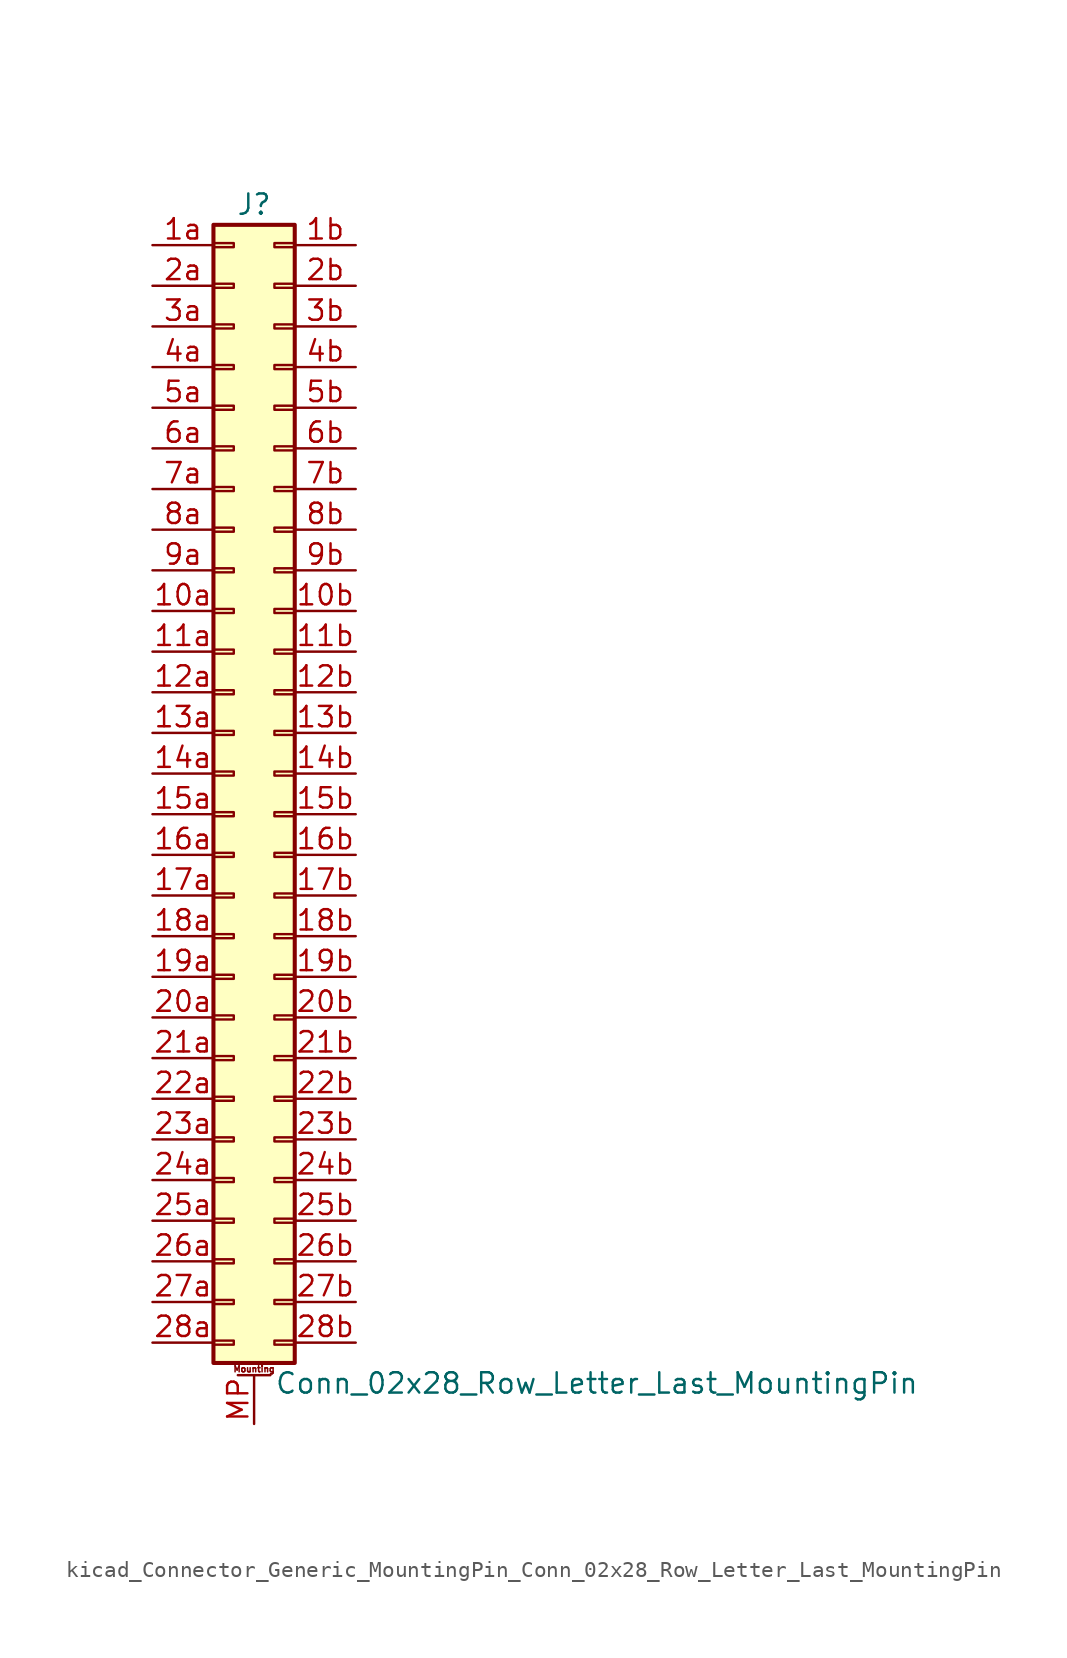
<source format=kicad_sym>
(kicad_symbol_lib
  (version 20220914)
  (generator kicad_symbol_editor)
  (symbol "kicad_Connector_Generic_MountingPin_Conn_02x28_Row_Letter_Last_MountingPin"
    (pin_names
      (offset 1.016) hide)
    (property "Reference" "J"
      (at 1.27 35.56 0)
      (effects (font (size 1.27 1.27))))
    (property "Value" "Conn_02x28_Row_Letter_Last_MountingPin"
      (at 2.54 -38.1 0)
      (effects (font (size 1.27 1.27)) (justify left)))
    (symbol "kicad_Connector_Generic_MountingPin_Conn_02x28_Row_Letter_Last_MountingPin_1_1"
      (rectangle (start -1.27 -35.433) (end 0 -35.687) (stroke (width 0.152) (type default)) (fill (type none)))
      (rectangle (start -1.27 -32.893) (end 0 -33.147) (stroke (width 0.152) (type default)) (fill (type none)))
      (rectangle (start -1.27 -30.353) (end 0 -30.607) (stroke (width 0.152) (type default)) (fill (type none)))
      (rectangle (start -1.27 -27.813) (end 0 -28.067) (stroke (width 0.152) (type default)) (fill (type none)))
      (rectangle (start -1.27 -25.273) (end 0 -25.527) (stroke (width 0.152) (type default)) (fill (type none)))
      (rectangle (start -1.27 -22.733) (end 0 -22.987) (stroke (width 0.152) (type default)) (fill (type none)))
      (rectangle (start -1.27 -20.193) (end 0 -20.447) (stroke (width 0.152) (type default)) (fill (type none)))
      (rectangle (start -1.27 -17.653) (end 0 -17.907) (stroke (width 0.152) (type default)) (fill (type none)))
      (rectangle (start -1.27 -15.113) (end 0 -15.367) (stroke (width 0.152) (type default)) (fill (type none)))
      (rectangle (start -1.27 -12.573) (end 0 -12.827) (stroke (width 0.152) (type default)) (fill (type none)))
      (rectangle (start -1.27 -10.033) (end 0 -10.287) (stroke (width 0.152) (type default)) (fill (type none)))
      (rectangle (start -1.27 -7.493) (end 0 -7.747) (stroke (width 0.152) (type default)) (fill (type none)))
      (rectangle (start -1.27 -4.953) (end 0 -5.207) (stroke (width 0.152) (type default)) (fill (type none)))
      (rectangle (start -1.27 -2.413) (end 0 -2.667) (stroke (width 0.152) (type default)) (fill (type none)))
      (rectangle (start -1.27 0.127) (end 0 -0.127) (stroke (width 0.152) (type default)) (fill (type none)))
      (rectangle (start -1.27 2.667) (end 0 2.413) (stroke (width 0.152) (type default)) (fill (type none)))
      (rectangle (start -1.27 5.207) (end 0 4.953) (stroke (width 0.152) (type default)) (fill (type none)))
      (rectangle (start -1.27 7.747) (end 0 7.493) (stroke (width 0.152) (type default)) (fill (type none)))
      (rectangle (start -1.27 10.287) (end 0 10.033) (stroke (width 0.152) (type default)) (fill (type none)))
      (rectangle (start -1.27 12.827) (end 0 12.573) (stroke (width 0.152) (type default)) (fill (type none)))
      (rectangle (start -1.27 15.367) (end 0 15.113) (stroke (width 0.152) (type default)) (fill (type none)))
      (rectangle (start -1.27 17.907) (end 0 17.653) (stroke (width 0.152) (type default)) (fill (type none)))
      (rectangle (start -1.27 20.447) (end 0 20.193) (stroke (width 0.152) (type default)) (fill (type none)))
      (rectangle (start -1.27 22.987) (end 0 22.733) (stroke (width 0.152) (type default)) (fill (type none)))
      (rectangle (start -1.27 25.527) (end 0 25.273) (stroke (width 0.152) (type default)) (fill (type none)))
      (rectangle (start -1.27 28.067) (end 0 27.813) (stroke (width 0.152) (type default)) (fill (type none)))
      (rectangle (start -1.27 30.607) (end 0 30.353) (stroke (width 0.152) (type default)) (fill (type none)))
      (rectangle (start -1.27 33.147) (end 0 32.893) (stroke (width 0.152) (type default)) (fill (type none)))
      (rectangle (start -1.27 34.29) (end 3.81 -36.83) (stroke (width 0.254) (type default)) (fill (type background)))
      (polyline (pts (xy 0.254 -37.592) (xy 2.286 -37.592)) (stroke (width 0.152) (type default)) (fill (type none)))
      (rectangle (start 3.81 -35.433) (end 2.54 -35.687) (stroke (width 0.152) (type default)) (fill (type none)))
      (rectangle (start 3.81 -32.893) (end 2.54 -33.147) (stroke (width 0.152) (type default)) (fill (type none)))
      (rectangle (start 3.81 -30.353) (end 2.54 -30.607) (stroke (width 0.152) (type default)) (fill (type none)))
      (rectangle (start 3.81 -27.813) (end 2.54 -28.067) (stroke (width 0.152) (type default)) (fill (type none)))
      (rectangle (start 3.81 -25.273) (end 2.54 -25.527) (stroke (width 0.152) (type default)) (fill (type none)))
      (rectangle (start 3.81 -22.733) (end 2.54 -22.987) (stroke (width 0.152) (type default)) (fill (type none)))
      (rectangle (start 3.81 -20.193) (end 2.54 -20.447) (stroke (width 0.152) (type default)) (fill (type none)))
      (rectangle (start 3.81 -17.653) (end 2.54 -17.907) (stroke (width 0.152) (type default)) (fill (type none)))
      (rectangle (start 3.81 -15.113) (end 2.54 -15.367) (stroke (width 0.152) (type default)) (fill (type none)))
      (rectangle (start 3.81 -12.573) (end 2.54 -12.827) (stroke (width 0.152) (type default)) (fill (type none)))
      (rectangle (start 3.81 -10.033) (end 2.54 -10.287) (stroke (width 0.152) (type default)) (fill (type none)))
      (rectangle (start 3.81 -7.493) (end 2.54 -7.747) (stroke (width 0.152) (type default)) (fill (type none)))
      (rectangle (start 3.81 -4.953) (end 2.54 -5.207) (stroke (width 0.152) (type default)) (fill (type none)))
      (rectangle (start 3.81 -2.413) (end 2.54 -2.667) (stroke (width 0.152) (type default)) (fill (type none)))
      (rectangle (start 3.81 0.127) (end 2.54 -0.127) (stroke (width 0.152) (type default)) (fill (type none)))
      (rectangle (start 3.81 2.667) (end 2.54 2.413) (stroke (width 0.152) (type default)) (fill (type none)))
      (rectangle (start 3.81 5.207) (end 2.54 4.953) (stroke (width 0.152) (type default)) (fill (type none)))
      (rectangle (start 3.81 7.747) (end 2.54 7.493) (stroke (width 0.152) (type default)) (fill (type none)))
      (rectangle (start 3.81 10.287) (end 2.54 10.033) (stroke (width 0.152) (type default)) (fill (type none)))
      (rectangle (start 3.81 12.827) (end 2.54 12.573) (stroke (width 0.152) (type default)) (fill (type none)))
      (rectangle (start 3.81 15.367) (end 2.54 15.113) (stroke (width 0.152) (type default)) (fill (type none)))
      (rectangle (start 3.81 17.907) (end 2.54 17.653) (stroke (width 0.152) (type default)) (fill (type none)))
      (rectangle (start 3.81 20.447) (end 2.54 20.193) (stroke (width 0.152) (type default)) (fill (type none)))
      (rectangle (start 3.81 22.987) (end 2.54 22.733) (stroke (width 0.152) (type default)) (fill (type none)))
      (rectangle (start 3.81 25.527) (end 2.54 25.273) (stroke (width 0.152) (type default)) (fill (type none)))
      (rectangle (start 3.81 28.067) (end 2.54 27.813) (stroke (width 0.152) (type default)) (fill (type none)))
      (rectangle (start 3.81 30.607) (end 2.54 30.353) (stroke (width 0.152) (type default)) (fill (type none)))
      (rectangle (start 3.81 33.147) (end 2.54 32.893) (stroke (width 0.152) (type default)) (fill (type none)))
      (text "Mounting" (at 1.27 -37.211 0) (effects (font (size 0.381 0.381))))
      (pin passive line (at -5.08 10.16 0) (length 3.81) (name "Pin_10a" (effects (font (size 1.27 1.27)))) (number "10a" (effects (font (size 1.27 1.27)))))
      (pin passive line (at 7.62 10.16 180) (length 3.81) (name "Pin_10b" (effects (font (size 1.27 1.27)))) (number "10b" (effects (font (size 1.27 1.27)))))
      (pin passive line (at -5.08 7.62 0) (length 3.81) (name "Pin_11a" (effects (font (size 1.27 1.27)))) (number "11a" (effects (font (size 1.27 1.27)))))
      (pin passive line (at 7.62 7.62 180) (length 3.81) (name "Pin_11b" (effects (font (size 1.27 1.27)))) (number "11b" (effects (font (size 1.27 1.27)))))
      (pin passive line (at -5.08 5.08 0) (length 3.81) (name "Pin_12a" (effects (font (size 1.27 1.27)))) (number "12a" (effects (font (size 1.27 1.27)))))
      (pin passive line (at 7.62 5.08 180) (length 3.81) (name "Pin_12b" (effects (font (size 1.27 1.27)))) (number "12b" (effects (font (size 1.27 1.27)))))
      (pin passive line (at -5.08 2.54 0) (length 3.81) (name "Pin_13a" (effects (font (size 1.27 1.27)))) (number "13a" (effects (font (size 1.27 1.27)))))
      (pin passive line (at 7.62 2.54 180) (length 3.81) (name "Pin_13b" (effects (font (size 1.27 1.27)))) (number "13b" (effects (font (size 1.27 1.27)))))
      (pin passive line (at -5.08 0 0) (length 3.81) (name "Pin_14a" (effects (font (size 1.27 1.27)))) (number "14a" (effects (font (size 1.27 1.27)))))
      (pin passive line (at 7.62 0 180) (length 3.81) (name "Pin_14b" (effects (font (size 1.27 1.27)))) (number "14b" (effects (font (size 1.27 1.27)))))
      (pin passive line (at -5.08 -2.54 0) (length 3.81) (name "Pin_15a" (effects (font (size 1.27 1.27)))) (number "15a" (effects (font (size 1.27 1.27)))))
      (pin passive line (at 7.62 -2.54 180) (length 3.81) (name "Pin_15b" (effects (font (size 1.27 1.27)))) (number "15b" (effects (font (size 1.27 1.27)))))
      (pin passive line (at -5.08 -5.08 0) (length 3.81) (name "Pin_16a" (effects (font (size 1.27 1.27)))) (number "16a" (effects (font (size 1.27 1.27)))))
      (pin passive line (at 7.62 -5.08 180) (length 3.81) (name "Pin_16b" (effects (font (size 1.27 1.27)))) (number "16b" (effects (font (size 1.27 1.27)))))
      (pin passive line (at -5.08 -7.62 0) (length 3.81) (name "Pin_17a" (effects (font (size 1.27 1.27)))) (number "17a" (effects (font (size 1.27 1.27)))))
      (pin passive line (at 7.62 -7.62 180) (length 3.81) (name "Pin_17b" (effects (font (size 1.27 1.27)))) (number "17b" (effects (font (size 1.27 1.27)))))
      (pin passive line (at -5.08 -10.16 0) (length 3.81) (name "Pin_18a" (effects (font (size 1.27 1.27)))) (number "18a" (effects (font (size 1.27 1.27)))))
      (pin passive line (at 7.62 -10.16 180) (length 3.81) (name "Pin_18b" (effects (font (size 1.27 1.27)))) (number "18b" (effects (font (size 1.27 1.27)))))
      (pin passive line (at -5.08 -12.7 0) (length 3.81) (name "Pin_19a" (effects (font (size 1.27 1.27)))) (number "19a" (effects (font (size 1.27 1.27)))))
      (pin passive line (at 7.62 -12.7 180) (length 3.81) (name "Pin_19b" (effects (font (size 1.27 1.27)))) (number "19b" (effects (font (size 1.27 1.27)))))
      (pin passive line (at -5.08 33.02 0) (length 3.81) (name "Pin_1a" (effects (font (size 1.27 1.27)))) (number "1a" (effects (font (size 1.27 1.27)))))
      (pin passive line (at 7.62 33.02 180) (length 3.81) (name "Pin_1b" (effects (font (size 1.27 1.27)))) (number "1b" (effects (font (size 1.27 1.27)))))
      (pin passive line (at -5.08 -15.24 0) (length 3.81) (name "Pin_20a" (effects (font (size 1.27 1.27)))) (number "20a" (effects (font (size 1.27 1.27)))))
      (pin passive line (at 7.62 -15.24 180) (length 3.81) (name "Pin_20b" (effects (font (size 1.27 1.27)))) (number "20b" (effects (font (size 1.27 1.27)))))
      (pin passive line (at -5.08 -17.78 0) (length 3.81) (name "Pin_21a" (effects (font (size 1.27 1.27)))) (number "21a" (effects (font (size 1.27 1.27)))))
      (pin passive line (at 7.62 -17.78 180) (length 3.81) (name "Pin_21b" (effects (font (size 1.27 1.27)))) (number "21b" (effects (font (size 1.27 1.27)))))
      (pin passive line (at -5.08 -20.32 0) (length 3.81) (name "Pin_22a" (effects (font (size 1.27 1.27)))) (number "22a" (effects (font (size 1.27 1.27)))))
      (pin passive line (at 7.62 -20.32 180) (length 3.81) (name "Pin_22b" (effects (font (size 1.27 1.27)))) (number "22b" (effects (font (size 1.27 1.27)))))
      (pin passive line (at -5.08 -22.86 0) (length 3.81) (name "Pin_23a" (effects (font (size 1.27 1.27)))) (number "23a" (effects (font (size 1.27 1.27)))))
      (pin passive line (at 7.62 -22.86 180) (length 3.81) (name "Pin_23b" (effects (font (size 1.27 1.27)))) (number "23b" (effects (font (size 1.27 1.27)))))
      (pin passive line (at -5.08 -25.4 0) (length 3.81) (name "Pin_24a" (effects (font (size 1.27 1.27)))) (number "24a" (effects (font (size 1.27 1.27)))))
      (pin passive line (at 7.62 -25.4 180) (length 3.81) (name "Pin_24b" (effects (font (size 1.27 1.27)))) (number "24b" (effects (font (size 1.27 1.27)))))
      (pin passive line (at -5.08 -27.94 0) (length 3.81) (name "Pin_25a" (effects (font (size 1.27 1.27)))) (number "25a" (effects (font (size 1.27 1.27)))))
      (pin passive line (at 7.62 -27.94 180) (length 3.81) (name "Pin_25b" (effects (font (size 1.27 1.27)))) (number "25b" (effects (font (size 1.27 1.27)))))
      (pin passive line (at -5.08 -30.48 0) (length 3.81) (name "Pin_26a" (effects (font (size 1.27 1.27)))) (number "26a" (effects (font (size 1.27 1.27)))))
      (pin passive line (at 7.62 -30.48 180) (length 3.81) (name "Pin_26b" (effects (font (size 1.27 1.27)))) (number "26b" (effects (font (size 1.27 1.27)))))
      (pin passive line (at -5.08 -33.02 0) (length 3.81) (name "Pin_27a" (effects (font (size 1.27 1.27)))) (number "27a" (effects (font (size 1.27 1.27)))))
      (pin passive line (at 7.62 -33.02 180) (length 3.81) (name "Pin_27b" (effects (font (size 1.27 1.27)))) (number "27b" (effects (font (size 1.27 1.27)))))
      (pin passive line (at -5.08 -35.56 0) (length 3.81) (name "Pin_28a" (effects (font (size 1.27 1.27)))) (number "28a" (effects (font (size 1.27 1.27)))))
      (pin passive line (at 7.62 -35.56 180) (length 3.81) (name "Pin_28b" (effects (font (size 1.27 1.27)))) (number "28b" (effects (font (size 1.27 1.27)))))
      (pin passive line (at -5.08 30.48 0) (length 3.81) (name "Pin_2a" (effects (font (size 1.27 1.27)))) (number "2a" (effects (font (size 1.27 1.27)))))
      (pin passive line (at 7.62 30.48 180) (length 3.81) (name "Pin_2b" (effects (font (size 1.27 1.27)))) (number "2b" (effects (font (size 1.27 1.27)))))
      (pin passive line (at -5.08 27.94 0) (length 3.81) (name "Pin_3a" (effects (font (size 1.27 1.27)))) (number "3a" (effects (font (size 1.27 1.27)))))
      (pin passive line (at 7.62 27.94 180) (length 3.81) (name "Pin_3b" (effects (font (size 1.27 1.27)))) (number "3b" (effects (font (size 1.27 1.27)))))
      (pin passive line (at -5.08 25.4 0) (length 3.81) (name "Pin_4a" (effects (font (size 1.27 1.27)))) (number "4a" (effects (font (size 1.27 1.27)))))
      (pin passive line (at 7.62 25.4 180) (length 3.81) (name "Pin_4b" (effects (font (size 1.27 1.27)))) (number "4b" (effects (font (size 1.27 1.27)))))
      (pin passive line (at -5.08 22.86 0) (length 3.81) (name "Pin_5a" (effects (font (size 1.27 1.27)))) (number "5a" (effects (font (size 1.27 1.27)))))
      (pin passive line (at 7.62 22.86 180) (length 3.81) (name "Pin_5b" (effects (font (size 1.27 1.27)))) (number "5b" (effects (font (size 1.27 1.27)))))
      (pin passive line (at -5.08 20.32 0) (length 3.81) (name "Pin_6a" (effects (font (size 1.27 1.27)))) (number "6a" (effects (font (size 1.27 1.27)))))
      (pin passive line (at 7.62 20.32 180) (length 3.81) (name "Pin_6b" (effects (font (size 1.27 1.27)))) (number "6b" (effects (font (size 1.27 1.27)))))
      (pin passive line (at -5.08 17.78 0) (length 3.81) (name "Pin_7a" (effects (font (size 1.27 1.27)))) (number "7a" (effects (font (size 1.27 1.27)))))
      (pin passive line (at 7.62 17.78 180) (length 3.81) (name "Pin_7b" (effects (font (size 1.27 1.27)))) (number "7b" (effects (font (size 1.27 1.27)))))
      (pin passive line (at -5.08 15.24 0) (length 3.81) (name "Pin_8a" (effects (font (size 1.27 1.27)))) (number "8a" (effects (font (size 1.27 1.27)))))
      (pin passive line (at 7.62 15.24 180) (length 3.81) (name "Pin_8b" (effects (font (size 1.27 1.27)))) (number "8b" (effects (font (size 1.27 1.27)))))
      (pin passive line (at -5.08 12.7 0) (length 3.81) (name "Pin_9a" (effects (font (size 1.27 1.27)))) (number "9a" (effects (font (size 1.27 1.27)))))
      (pin passive line (at 7.62 12.7 180) (length 3.81) (name "Pin_9b" (effects (font (size 1.27 1.27)))) (number "9b" (effects (font (size 1.27 1.27)))))
      (pin passive line (at 1.27 -40.64 90) (length 3.048) (name "MountPin" (effects (font (size 1.27 1.27)))) (number "MP" (effects (font (size 1.27 1.27))))))))
</source>
